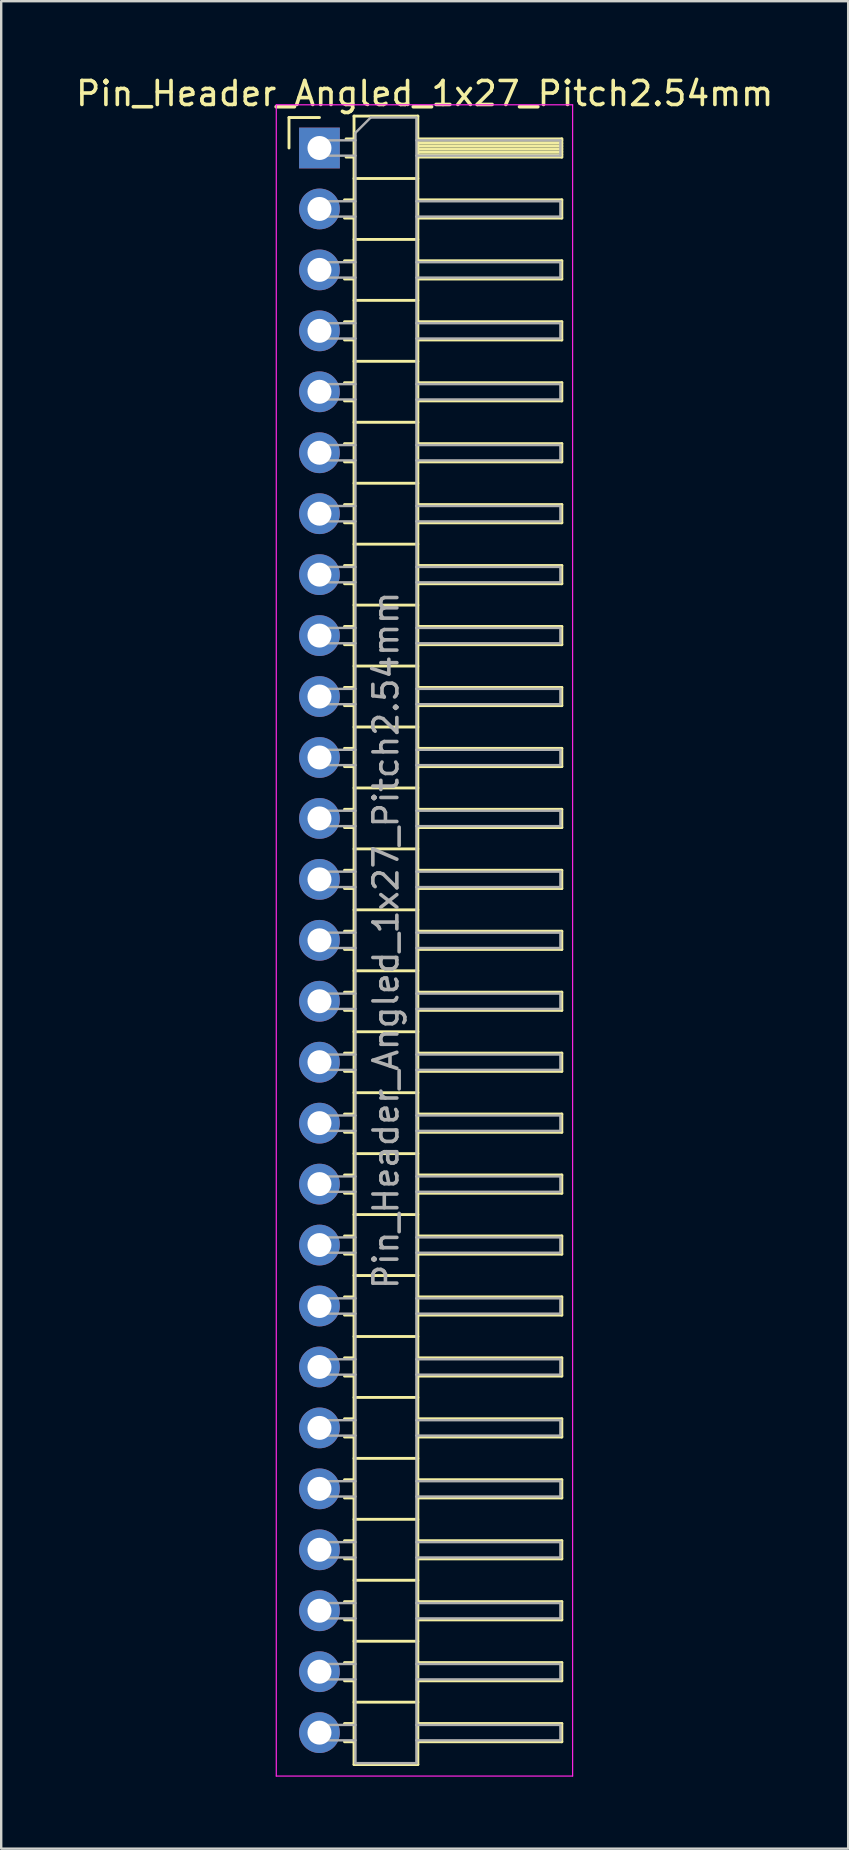
<source format=kicad_pcb>
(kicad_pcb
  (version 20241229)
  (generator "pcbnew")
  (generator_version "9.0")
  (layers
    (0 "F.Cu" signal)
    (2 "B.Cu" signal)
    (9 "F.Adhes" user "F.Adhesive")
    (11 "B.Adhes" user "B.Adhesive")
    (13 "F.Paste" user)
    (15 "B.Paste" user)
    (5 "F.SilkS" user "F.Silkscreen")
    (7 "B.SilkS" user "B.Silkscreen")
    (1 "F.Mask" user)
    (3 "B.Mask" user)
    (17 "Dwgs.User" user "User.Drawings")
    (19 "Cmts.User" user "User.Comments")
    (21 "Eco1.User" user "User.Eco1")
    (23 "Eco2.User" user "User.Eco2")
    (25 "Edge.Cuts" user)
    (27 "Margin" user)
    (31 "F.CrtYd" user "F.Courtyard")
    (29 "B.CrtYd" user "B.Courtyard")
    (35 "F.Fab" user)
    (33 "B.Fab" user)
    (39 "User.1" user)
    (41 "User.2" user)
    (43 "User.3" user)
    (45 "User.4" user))
  (footprint "Pin_Header_Angled_1x27_Pitch2.54mm"
    (layer "F.Cu")
    (at 10.264 3.118)
    (property "Reference" "Pin_Header_Angled_1x27_Pitch2.54mm" (at 4.385 -2.27 0) (layer "F.SilkS") (effects (font (size 1 1) (thickness 0.15))))
    (attr through_hole)
    (fp_line (start -1.27 -1.27) (end 0 -1.27) (stroke (width 0.12) (type solid)) (layer "F.SilkS"))
    (fp_line (start -1.27 0) (end -1.27 -1.27) (stroke (width 0.12) (type solid)) (layer "F.SilkS"))
    (fp_line (start 1.043 2.16) (end 1.44 2.16) (stroke (width 0.12) (type solid)) (layer "F.SilkS"))
    (fp_line (start 1.043 2.92) (end 1.44 2.92) (stroke (width 0.12) (type solid)) (layer "F.SilkS"))
    (fp_line (start 1.043 4.7) (end 1.44 4.7) (stroke (width 0.12) (type solid)) (layer "F.SilkS"))
    (fp_line (start 1.043 5.46) (end 1.44 5.46) (stroke (width 0.12) (type solid)) (layer "F.SilkS"))
    (fp_line (start 1.043 7.24) (end 1.44 7.24) (stroke (width 0.12) (type solid)) (layer "F.SilkS"))
    (fp_line (start 1.043 8) (end 1.44 8) (stroke (width 0.12) (type solid)) (layer "F.SilkS"))
    (fp_line (start 1.043 9.78) (end 1.44 9.78) (stroke (width 0.12) (type solid)) (layer "F.SilkS"))
    (fp_line (start 1.043 10.54) (end 1.44 10.54) (stroke (width 0.12) (type solid)) (layer "F.SilkS"))
    (fp_line (start 1.043 12.32) (end 1.44 12.32) (stroke (width 0.12) (type solid)) (layer "F.SilkS"))
    (fp_line (start 1.043 13.08) (end 1.44 13.08) (stroke (width 0.12) (type solid)) (layer "F.SilkS"))
    (fp_line (start 1.043 14.86) (end 1.44 14.86) (stroke (width 0.12) (type solid)) (layer "F.SilkS"))
    (fp_line (start 1.043 15.62) (end 1.44 15.62) (stroke (width 0.12) (type solid)) (layer "F.SilkS"))
    (fp_line (start 1.043 17.4) (end 1.44 17.4) (stroke (width 0.12) (type solid)) (layer "F.SilkS"))
    (fp_line (start 1.043 18.16) (end 1.44 18.16) (stroke (width 0.12) (type solid)) (layer "F.SilkS"))
    (fp_line (start 1.043 19.94) (end 1.44 19.94) (stroke (width 0.12) (type solid)) (layer "F.SilkS"))
    (fp_line (start 1.043 20.7) (end 1.44 20.7) (stroke (width 0.12) (type solid)) (layer "F.SilkS"))
    (fp_line (start 1.043 22.48) (end 1.44 22.48) (stroke (width 0.12) (type solid)) (layer "F.SilkS"))
    (fp_line (start 1.043 23.24) (end 1.44 23.24) (stroke (width 0.12) (type solid)) (layer "F.SilkS"))
    (fp_line (start 1.043 25.02) (end 1.44 25.02) (stroke (width 0.12) (type solid)) (layer "F.SilkS"))
    (fp_line (start 1.043 25.78) (end 1.44 25.78) (stroke (width 0.12) (type solid)) (layer "F.SilkS"))
    (fp_line (start 1.043 27.56) (end 1.44 27.56) (stroke (width 0.12) (type solid)) (layer "F.SilkS"))
    (fp_line (start 1.043 28.32) (end 1.44 28.32) (stroke (width 0.12) (type solid)) (layer "F.SilkS"))
    (fp_line (start 1.043 30.1) (end 1.44 30.1) (stroke (width 0.12) (type solid)) (layer "F.SilkS"))
    (fp_line (start 1.043 30.86) (end 1.44 30.86) (stroke (width 0.12) (type solid)) (layer "F.SilkS"))
    (fp_line (start 1.043 32.64) (end 1.44 32.64) (stroke (width 0.12) (type solid)) (layer "F.SilkS"))
    (fp_line (start 1.043 33.4) (end 1.44 33.4) (stroke (width 0.12) (type solid)) (layer "F.SilkS"))
    (fp_line (start 1.043 35.18) (end 1.44 35.18) (stroke (width 0.12) (type solid)) (layer "F.SilkS"))
    (fp_line (start 1.043 35.94) (end 1.44 35.94) (stroke (width 0.12) (type solid)) (layer "F.SilkS"))
    (fp_line (start 1.043 37.72) (end 1.44 37.72) (stroke (width 0.12) (type solid)) (layer "F.SilkS"))
    (fp_line (start 1.043 38.48) (end 1.44 38.48) (stroke (width 0.12) (type solid)) (layer "F.SilkS"))
    (fp_line (start 1.043 40.26) (end 1.44 40.26) (stroke (width 0.12) (type solid)) (layer "F.SilkS"))
    (fp_line (start 1.043 41.02) (end 1.44 41.02) (stroke (width 0.12) (type solid)) (layer "F.SilkS"))
    (fp_line (start 1.043 42.8) (end 1.44 42.8) (stroke (width 0.12) (type solid)) (layer "F.SilkS"))
    (fp_line (start 1.043 43.56) (end 1.44 43.56) (stroke (width 0.12) (type solid)) (layer "F.SilkS"))
    (fp_line (start 1.043 45.34) (end 1.44 45.34) (stroke (width 0.12) (type solid)) (layer "F.SilkS"))
    (fp_line (start 1.043 46.1) (end 1.44 46.1) (stroke (width 0.12) (type solid)) (layer "F.SilkS"))
    (fp_line (start 1.043 47.88) (end 1.44 47.88) (stroke (width 0.12) (type solid)) (layer "F.SilkS"))
    (fp_line (start 1.043 48.64) (end 1.44 48.64) (stroke (width 0.12) (type solid)) (layer "F.SilkS"))
    (fp_line (start 1.043 50.42) (end 1.44 50.42) (stroke (width 0.12) (type solid)) (layer "F.SilkS"))
    (fp_line (start 1.043 51.18) (end 1.44 51.18) (stroke (width 0.12) (type solid)) (layer "F.SilkS"))
    (fp_line (start 1.043 52.96) (end 1.44 52.96) (stroke (width 0.12) (type solid)) (layer "F.SilkS"))
    (fp_line (start 1.043 53.72) (end 1.44 53.72) (stroke (width 0.12) (type solid)) (layer "F.SilkS"))
    (fp_line (start 1.043 55.5) (end 1.44 55.5) (stroke (width 0.12) (type solid)) (layer "F.SilkS"))
    (fp_line (start 1.043 56.26) (end 1.44 56.26) (stroke (width 0.12) (type solid)) (layer "F.SilkS"))
    (fp_line (start 1.043 58.04) (end 1.44 58.04) (stroke (width 0.12) (type solid)) (layer "F.SilkS"))
    (fp_line (start 1.043 58.8) (end 1.44 58.8) (stroke (width 0.12) (type solid)) (layer "F.SilkS"))
    (fp_line (start 1.043 60.58) (end 1.44 60.58) (stroke (width 0.12) (type solid)) (layer "F.SilkS"))
    (fp_line (start 1.043 61.34) (end 1.44 61.34) (stroke (width 0.12) (type solid)) (layer "F.SilkS"))
    (fp_line (start 1.043 63.12) (end 1.44 63.12) (stroke (width 0.12) (type solid)) (layer "F.SilkS"))
    (fp_line (start 1.043 63.88) (end 1.44 63.88) (stroke (width 0.12) (type solid)) (layer "F.SilkS"))
    (fp_line (start 1.043 65.66) (end 1.44 65.66) (stroke (width 0.12) (type solid)) (layer "F.SilkS"))
    (fp_line (start 1.043 66.42) (end 1.44 66.42) (stroke (width 0.12) (type solid)) (layer "F.SilkS"))
    (fp_line (start 1.11 -0.38) (end 1.44 -0.38) (stroke (width 0.12) (type solid)) (layer "F.SilkS"))
    (fp_line (start 1.11 0.38) (end 1.44 0.38) (stroke (width 0.12) (type solid)) (layer "F.SilkS"))
    (fp_line (start 1.44 -1.33) (end 1.44 67.37) (stroke (width 0.12) (type solid)) (layer "F.SilkS"))
    (fp_line (start 1.44 1.27) (end 4.1 1.27) (stroke (width 0.12) (type solid)) (layer "F.SilkS"))
    (fp_line (start 1.44 3.81) (end 4.1 3.81) (stroke (width 0.12) (type solid)) (layer "F.SilkS"))
    (fp_line (start 1.44 6.35) (end 4.1 6.35) (stroke (width 0.12) (type solid)) (layer "F.SilkS"))
    (fp_line (start 1.44 8.89) (end 4.1 8.89) (stroke (width 0.12) (type solid)) (layer "F.SilkS"))
    (fp_line (start 1.44 11.43) (end 4.1 11.43) (stroke (width 0.12) (type solid)) (layer "F.SilkS"))
    (fp_line (start 1.44 13.97) (end 4.1 13.97) (stroke (width 0.12) (type solid)) (layer "F.SilkS"))
    (fp_line (start 1.44 16.51) (end 4.1 16.51) (stroke (width 0.12) (type solid)) (layer "F.SilkS"))
    (fp_line (start 1.44 19.05) (end 4.1 19.05) (stroke (width 0.12) (type solid)) (layer "F.SilkS"))
    (fp_line (start 1.44 21.59) (end 4.1 21.59) (stroke (width 0.12) (type solid)) (layer "F.SilkS"))
    (fp_line (start 1.44 24.13) (end 4.1 24.13) (stroke (width 0.12) (type solid)) (layer "F.SilkS"))
    (fp_line (start 1.44 26.67) (end 4.1 26.67) (stroke (width 0.12) (type solid)) (layer "F.SilkS"))
    (fp_line (start 1.44 29.21) (end 4.1 29.21) (stroke (width 0.12) (type solid)) (layer "F.SilkS"))
    (fp_line (start 1.44 31.75) (end 4.1 31.75) (stroke (width 0.12) (type solid)) (layer "F.SilkS"))
    (fp_line (start 1.44 34.29) (end 4.1 34.29) (stroke (width 0.12) (type solid)) (layer "F.SilkS"))
    (fp_line (start 1.44 36.83) (end 4.1 36.83) (stroke (width 0.12) (type solid)) (layer "F.SilkS"))
    (fp_line (start 1.44 39.37) (end 4.1 39.37) (stroke (width 0.12) (type solid)) (layer "F.SilkS"))
    (fp_line (start 1.44 41.91) (end 4.1 41.91) (stroke (width 0.12) (type solid)) (layer "F.SilkS"))
    (fp_line (start 1.44 44.45) (end 4.1 44.45) (stroke (width 0.12) (type solid)) (layer "F.SilkS"))
    (fp_line (start 1.44 46.99) (end 4.1 46.99) (stroke (width 0.12) (type solid)) (layer "F.SilkS"))
    (fp_line (start 1.44 49.53) (end 4.1 49.53) (stroke (width 0.12) (type solid)) (layer "F.SilkS"))
    (fp_line (start 1.44 52.07) (end 4.1 52.07) (stroke (width 0.12) (type solid)) (layer "F.SilkS"))
    (fp_line (start 1.44 54.61) (end 4.1 54.61) (stroke (width 0.12) (type solid)) (layer "F.SilkS"))
    (fp_line (start 1.44 57.15) (end 4.1 57.15) (stroke (width 0.12) (type solid)) (layer "F.SilkS"))
    (fp_line (start 1.44 59.69) (end 4.1 59.69) (stroke (width 0.12) (type solid)) (layer "F.SilkS"))
    (fp_line (start 1.44 62.23) (end 4.1 62.23) (stroke (width 0.12) (type solid)) (layer "F.SilkS"))
    (fp_line (start 1.44 64.77) (end 4.1 64.77) (stroke (width 0.12) (type solid)) (layer "F.SilkS"))
    (fp_line (start 1.44 67.37) (end 4.1 67.37) (stroke (width 0.12) (type solid)) (layer "F.SilkS"))
    (fp_line (start 4.1 -1.33) (end 1.44 -1.33) (stroke (width 0.12) (type solid)) (layer "F.SilkS"))
    (fp_line (start 4.1 -0.38) (end 10.1 -0.38) (stroke (width 0.12) (type solid)) (layer "F.SilkS"))
    (fp_line (start 4.1 -0.32) (end 10.1 -0.32) (stroke (width 0.12) (type solid)) (layer "F.SilkS"))
    (fp_line (start 4.1 -0.2) (end 10.1 -0.2) (stroke (width 0.12) (type solid)) (layer "F.SilkS"))
    (fp_line (start 4.1 -0.08) (end 10.1 -0.08) (stroke (width 0.12) (type solid)) (layer "F.SilkS"))
    (fp_line (start 4.1 0.04) (end 10.1 0.04) (stroke (width 0.12) (type solid)) (layer "F.SilkS"))
    (fp_line (start 4.1 0.16) (end 10.1 0.16) (stroke (width 0.12) (type solid)) (layer "F.SilkS"))
    (fp_line (start 4.1 0.28) (end 10.1 0.28) (stroke (width 0.12) (type solid)) (layer "F.SilkS"))
    (fp_line (start 4.1 2.16) (end 10.1 2.16) (stroke (width 0.12) (type solid)) (layer "F.SilkS"))
    (fp_line (start 4.1 4.7) (end 10.1 4.7) (stroke (width 0.12) (type solid)) (layer "F.SilkS"))
    (fp_line (start 4.1 7.24) (end 10.1 7.24) (stroke (width 0.12) (type solid)) (layer "F.SilkS"))
    (fp_line (start 4.1 9.78) (end 10.1 9.78) (stroke (width 0.12) (type solid)) (layer "F.SilkS"))
    (fp_line (start 4.1 12.32) (end 10.1 12.32) (stroke (width 0.12) (type solid)) (layer "F.SilkS"))
    (fp_line (start 4.1 14.86) (end 10.1 14.86) (stroke (width 0.12) (type solid)) (layer "F.SilkS"))
    (fp_line (start 4.1 17.4) (end 10.1 17.4) (stroke (width 0.12) (type solid)) (layer "F.SilkS"))
    (fp_line (start 4.1 19.94) (end 10.1 19.94) (stroke (width 0.12) (type solid)) (layer "F.SilkS"))
    (fp_line (start 4.1 22.48) (end 10.1 22.48) (stroke (width 0.12) (type solid)) (layer "F.SilkS"))
    (fp_line (start 4.1 25.02) (end 10.1 25.02) (stroke (width 0.12) (type solid)) (layer "F.SilkS"))
    (fp_line (start 4.1 27.56) (end 10.1 27.56) (stroke (width 0.12) (type solid)) (layer "F.SilkS"))
    (fp_line (start 4.1 30.1) (end 10.1 30.1) (stroke (width 0.12) (type solid)) (layer "F.SilkS"))
    (fp_line (start 4.1 32.64) (end 10.1 32.64) (stroke (width 0.12) (type solid)) (layer "F.SilkS"))
    (fp_line (start 4.1 35.18) (end 10.1 35.18) (stroke (width 0.12) (type solid)) (layer "F.SilkS"))
    (fp_line (start 4.1 37.72) (end 10.1 37.72) (stroke (width 0.12) (type solid)) (layer "F.SilkS"))
    (fp_line (start 4.1 40.26) (end 10.1 40.26) (stroke (width 0.12) (type solid)) (layer "F.SilkS"))
    (fp_line (start 4.1 42.8) (end 10.1 42.8) (stroke (width 0.12) (type solid)) (layer "F.SilkS"))
    (fp_line (start 4.1 45.34) (end 10.1 45.34) (stroke (width 0.12) (type solid)) (layer "F.SilkS"))
    (fp_line (start 4.1 47.88) (end 10.1 47.88) (stroke (width 0.12) (type solid)) (layer "F.SilkS"))
    (fp_line (start 4.1 50.42) (end 10.1 50.42) (stroke (width 0.12) (type solid)) (layer "F.SilkS"))
    (fp_line (start 4.1 52.96) (end 10.1 52.96) (stroke (width 0.12) (type solid)) (layer "F.SilkS"))
    (fp_line (start 4.1 55.5) (end 10.1 55.5) (stroke (width 0.12) (type solid)) (layer "F.SilkS"))
    (fp_line (start 4.1 58.04) (end 10.1 58.04) (stroke (width 0.12) (type solid)) (layer "F.SilkS"))
    (fp_line (start 4.1 60.58) (end 10.1 60.58) (stroke (width 0.12) (type solid)) (layer "F.SilkS"))
    (fp_line (start 4.1 63.12) (end 10.1 63.12) (stroke (width 0.12) (type solid)) (layer "F.SilkS"))
    (fp_line (start 4.1 65.66) (end 10.1 65.66) (stroke (width 0.12) (type solid)) (layer "F.SilkS"))
    (fp_line (start 4.1 67.37) (end 4.1 -1.33) (stroke (width 0.12) (type solid)) (layer "F.SilkS"))
    (fp_line (start 10.1 -0.38) (end 10.1 0.38) (stroke (width 0.12) (type solid)) (layer "F.SilkS"))
    (fp_line (start 10.1 0.38) (end 4.1 0.38) (stroke (width 0.12) (type solid)) (layer "F.SilkS"))
    (fp_line (start 10.1 2.16) (end 10.1 2.92) (stroke (width 0.12) (type solid)) (layer "F.SilkS"))
    (fp_line (start 10.1 2.92) (end 4.1 2.92) (stroke (width 0.12) (type solid)) (layer "F.SilkS"))
    (fp_line (start 10.1 4.7) (end 10.1 5.46) (stroke (width 0.12) (type solid)) (layer "F.SilkS"))
    (fp_line (start 10.1 5.46) (end 4.1 5.46) (stroke (width 0.12) (type solid)) (layer "F.SilkS"))
    (fp_line (start 10.1 7.24) (end 10.1 8) (stroke (width 0.12) (type solid)) (layer "F.SilkS"))
    (fp_line (start 10.1 8) (end 4.1 8) (stroke (width 0.12) (type solid)) (layer "F.SilkS"))
    (fp_line (start 10.1 9.78) (end 10.1 10.54) (stroke (width 0.12) (type solid)) (layer "F.SilkS"))
    (fp_line (start 10.1 10.54) (end 4.1 10.54) (stroke (width 0.12) (type solid)) (layer "F.SilkS"))
    (fp_line (start 10.1 12.32) (end 10.1 13.08) (stroke (width 0.12) (type solid)) (layer "F.SilkS"))
    (fp_line (start 10.1 13.08) (end 4.1 13.08) (stroke (width 0.12) (type solid)) (layer "F.SilkS"))
    (fp_line (start 10.1 14.86) (end 10.1 15.62) (stroke (width 0.12) (type solid)) (layer "F.SilkS"))
    (fp_line (start 10.1 15.62) (end 4.1 15.62) (stroke (width 0.12) (type solid)) (layer "F.SilkS"))
    (fp_line (start 10.1 17.4) (end 10.1 18.16) (stroke (width 0.12) (type solid)) (layer "F.SilkS"))
    (fp_line (start 10.1 18.16) (end 4.1 18.16) (stroke (width 0.12) (type solid)) (layer "F.SilkS"))
    (fp_line (start 10.1 19.94) (end 10.1 20.7) (stroke (width 0.12) (type solid)) (layer "F.SilkS"))
    (fp_line (start 10.1 20.7) (end 4.1 20.7) (stroke (width 0.12) (type solid)) (layer "F.SilkS"))
    (fp_line (start 10.1 22.48) (end 10.1 23.24) (stroke (width 0.12) (type solid)) (layer "F.SilkS"))
    (fp_line (start 10.1 23.24) (end 4.1 23.24) (stroke (width 0.12) (type solid)) (layer "F.SilkS"))
    (fp_line (start 10.1 25.02) (end 10.1 25.78) (stroke (width 0.12) (type solid)) (layer "F.SilkS"))
    (fp_line (start 10.1 25.78) (end 4.1 25.78) (stroke (width 0.12) (type solid)) (layer "F.SilkS"))
    (fp_line (start 10.1 27.56) (end 10.1 28.32) (stroke (width 0.12) (type solid)) (layer "F.SilkS"))
    (fp_line (start 10.1 28.32) (end 4.1 28.32) (stroke (width 0.12) (type solid)) (layer "F.SilkS"))
    (fp_line (start 10.1 30.1) (end 10.1 30.86) (stroke (width 0.12) (type solid)) (layer "F.SilkS"))
    (fp_line (start 10.1 30.86) (end 4.1 30.86) (stroke (width 0.12) (type solid)) (layer "F.SilkS"))
    (fp_line (start 10.1 32.64) (end 10.1 33.4) (stroke (width 0.12) (type solid)) (layer "F.SilkS"))
    (fp_line (start 10.1 33.4) (end 4.1 33.4) (stroke (width 0.12) (type solid)) (layer "F.SilkS"))
    (fp_line (start 10.1 35.18) (end 10.1 35.94) (stroke (width 0.12) (type solid)) (layer "F.SilkS"))
    (fp_line (start 10.1 35.94) (end 4.1 35.94) (stroke (width 0.12) (type solid)) (layer "F.SilkS"))
    (fp_line (start 10.1 37.72) (end 10.1 38.48) (stroke (width 0.12) (type solid)) (layer "F.SilkS"))
    (fp_line (start 10.1 38.48) (end 4.1 38.48) (stroke (width 0.12) (type solid)) (layer "F.SilkS"))
    (fp_line (start 10.1 40.26) (end 10.1 41.02) (stroke (width 0.12) (type solid)) (layer "F.SilkS"))
    (fp_line (start 10.1 41.02) (end 4.1 41.02) (stroke (width 0.12) (type solid)) (layer "F.SilkS"))
    (fp_line (start 10.1 42.8) (end 10.1 43.56) (stroke (width 0.12) (type solid)) (layer "F.SilkS"))
    (fp_line (start 10.1 43.56) (end 4.1 43.56) (stroke (width 0.12) (type solid)) (layer "F.SilkS"))
    (fp_line (start 10.1 45.34) (end 10.1 46.1) (stroke (width 0.12) (type solid)) (layer "F.SilkS"))
    (fp_line (start 10.1 46.1) (end 4.1 46.1) (stroke (width 0.12) (type solid)) (layer "F.SilkS"))
    (fp_line (start 10.1 47.88) (end 10.1 48.64) (stroke (width 0.12) (type solid)) (layer "F.SilkS"))
    (fp_line (start 10.1 48.64) (end 4.1 48.64) (stroke (width 0.12) (type solid)) (layer "F.SilkS"))
    (fp_line (start 10.1 50.42) (end 10.1 51.18) (stroke (width 0.12) (type solid)) (layer "F.SilkS"))
    (fp_line (start 10.1 51.18) (end 4.1 51.18) (stroke (width 0.12) (type solid)) (layer "F.SilkS"))
    (fp_line (start 10.1 52.96) (end 10.1 53.72) (stroke (width 0.12) (type solid)) (layer "F.SilkS"))
    (fp_line (start 10.1 53.72) (end 4.1 53.72) (stroke (width 0.12) (type solid)) (layer "F.SilkS"))
    (fp_line (start 10.1 55.5) (end 10.1 56.26) (stroke (width 0.12) (type solid)) (layer "F.SilkS"))
    (fp_line (start 10.1 56.26) (end 4.1 56.26) (stroke (width 0.12) (type solid)) (layer "F.SilkS"))
    (fp_line (start 10.1 58.04) (end 10.1 58.8) (stroke (width 0.12) (type solid)) (layer "F.SilkS"))
    (fp_line (start 10.1 58.8) (end 4.1 58.8) (stroke (width 0.12) (type solid)) (layer "F.SilkS"))
    (fp_line (start 10.1 60.58) (end 10.1 61.34) (stroke (width 0.12) (type solid)) (layer "F.SilkS"))
    (fp_line (start 10.1 61.34) (end 4.1 61.34) (stroke (width 0.12) (type solid)) (layer "F.SilkS"))
    (fp_line (start 10.1 63.12) (end 10.1 63.88) (stroke (width 0.12) (type solid)) (layer "F.SilkS"))
    (fp_line (start 10.1 63.88) (end 4.1 63.88) (stroke (width 0.12) (type solid)) (layer "F.SilkS"))
    (fp_line (start 10.1 65.66) (end 10.1 66.42) (stroke (width 0.12) (type solid)) (layer "F.SilkS"))
    (fp_line (start 10.1 66.42) (end 4.1 66.42) (stroke (width 0.12) (type solid)) (layer "F.SilkS"))
    (fp_line (start -1.8 -1.8) (end -1.8 67.85) (stroke (width 0.05) (type solid)) (layer "F.CrtYd"))
    (fp_line (start -1.8 67.85) (end 10.55 67.85) (stroke (width 0.05) (type solid)) (layer "F.CrtYd"))
    (fp_line (start 10.55 -1.8) (end -1.8 -1.8) (stroke (width 0.05) (type solid)) (layer "F.CrtYd"))
    (fp_line (start 10.55 67.85) (end 10.55 -1.8) (stroke (width 0.05) (type solid)) (layer "F.CrtYd"))
    (fp_line (start -0.32 -0.32) (end -0.32 0.32) (stroke (width 0.1) (type solid)) (layer "F.Fab"))
    (fp_line (start -0.32 -0.32) (end 1.5 -0.32) (stroke (width 0.1) (type solid)) (layer "F.Fab"))
    (fp_line (start -0.32 0.32) (end 1.5 0.32) (stroke (width 0.1) (type solid)) (layer "F.Fab"))
    (fp_line (start -0.32 2.22) (end -0.32 2.86) (stroke (width 0.1) (type solid)) (layer "F.Fab"))
    (fp_line (start -0.32 2.22) (end 1.5 2.22) (stroke (width 0.1) (type solid)) (layer "F.Fab"))
    (fp_line (start -0.32 2.86) (end 1.5 2.86) (stroke (width 0.1) (type solid)) (layer "F.Fab"))
    (fp_line (start -0.32 4.76) (end -0.32 5.4) (stroke (width 0.1) (type solid)) (layer "F.Fab"))
    (fp_line (start -0.32 4.76) (end 1.5 4.76) (stroke (width 0.1) (type solid)) (layer "F.Fab"))
    (fp_line (start -0.32 5.4) (end 1.5 5.4) (stroke (width 0.1) (type solid)) (layer "F.Fab"))
    (fp_line (start -0.32 7.3) (end -0.32 7.94) (stroke (width 0.1) (type solid)) (layer "F.Fab"))
    (fp_line (start -0.32 7.3) (end 1.5 7.3) (stroke (width 0.1) (type solid)) (layer "F.Fab"))
    (fp_line (start -0.32 7.94) (end 1.5 7.94) (stroke (width 0.1) (type solid)) (layer "F.Fab"))
    (fp_line (start -0.32 9.84) (end -0.32 10.48) (stroke (width 0.1) (type solid)) (layer "F.Fab"))
    (fp_line (start -0.32 9.84) (end 1.5 9.84) (stroke (width 0.1) (type solid)) (layer "F.Fab"))
    (fp_line (start -0.32 10.48) (end 1.5 10.48) (stroke (width 0.1) (type solid)) (layer "F.Fab"))
    (fp_line (start -0.32 12.38) (end -0.32 13.02) (stroke (width 0.1) (type solid)) (layer "F.Fab"))
    (fp_line (start -0.32 12.38) (end 1.5 12.38) (stroke (width 0.1) (type solid)) (layer "F.Fab"))
    (fp_line (start -0.32 13.02) (end 1.5 13.02) (stroke (width 0.1) (type solid)) (layer "F.Fab"))
    (fp_line (start -0.32 14.92) (end -0.32 15.56) (stroke (width 0.1) (type solid)) (layer "F.Fab"))
    (fp_line (start -0.32 14.92) (end 1.5 14.92) (stroke (width 0.1) (type solid)) (layer "F.Fab"))
    (fp_line (start -0.32 15.56) (end 1.5 15.56) (stroke (width 0.1) (type solid)) (layer "F.Fab"))
    (fp_line (start -0.32 17.46) (end -0.32 18.1) (stroke (width 0.1) (type solid)) (layer "F.Fab"))
    (fp_line (start -0.32 17.46) (end 1.5 17.46) (stroke (width 0.1) (type solid)) (layer "F.Fab"))
    (fp_line (start -0.32 18.1) (end 1.5 18.1) (stroke (width 0.1) (type solid)) (layer "F.Fab"))
    (fp_line (start -0.32 20) (end -0.32 20.64) (stroke (width 0.1) (type solid)) (layer "F.Fab"))
    (fp_line (start -0.32 20) (end 1.5 20) (stroke (width 0.1) (type solid)) (layer "F.Fab"))
    (fp_line (start -0.32 20.64) (end 1.5 20.64) (stroke (width 0.1) (type solid)) (layer "F.Fab"))
    (fp_line (start -0.32 22.54) (end -0.32 23.18) (stroke (width 0.1) (type solid)) (layer "F.Fab"))
    (fp_line (start -0.32 22.54) (end 1.5 22.54) (stroke (width 0.1) (type solid)) (layer "F.Fab"))
    (fp_line (start -0.32 23.18) (end 1.5 23.18) (stroke (width 0.1) (type solid)) (layer "F.Fab"))
    (fp_line (start -0.32 25.08) (end -0.32 25.72) (stroke (width 0.1) (type solid)) (layer "F.Fab"))
    (fp_line (start -0.32 25.08) (end 1.5 25.08) (stroke (width 0.1) (type solid)) (layer "F.Fab"))
    (fp_line (start -0.32 25.72) (end 1.5 25.72) (stroke (width 0.1) (type solid)) (layer "F.Fab"))
    (fp_line (start -0.32 27.62) (end -0.32 28.26) (stroke (width 0.1) (type solid)) (layer "F.Fab"))
    (fp_line (start -0.32 27.62) (end 1.5 27.62) (stroke (width 0.1) (type solid)) (layer "F.Fab"))
    (fp_line (start -0.32 28.26) (end 1.5 28.26) (stroke (width 0.1) (type solid)) (layer "F.Fab"))
    (fp_line (start -0.32 30.16) (end -0.32 30.8) (stroke (width 0.1) (type solid)) (layer "F.Fab"))
    (fp_line (start -0.32 30.16) (end 1.5 30.16) (stroke (width 0.1) (type solid)) (layer "F.Fab"))
    (fp_line (start -0.32 30.8) (end 1.5 30.8) (stroke (width 0.1) (type solid)) (layer "F.Fab"))
    (fp_line (start -0.32 32.7) (end -0.32 33.34) (stroke (width 0.1) (type solid)) (layer "F.Fab"))
    (fp_line (start -0.32 32.7) (end 1.5 32.7) (stroke (width 0.1) (type solid)) (layer "F.Fab"))
    (fp_line (start -0.32 33.34) (end 1.5 33.34) (stroke (width 0.1) (type solid)) (layer "F.Fab"))
    (fp_line (start -0.32 35.24) (end -0.32 35.88) (stroke (width 0.1) (type solid)) (layer "F.Fab"))
    (fp_line (start -0.32 35.24) (end 1.5 35.24) (stroke (width 0.1) (type solid)) (layer "F.Fab"))
    (fp_line (start -0.32 35.88) (end 1.5 35.88) (stroke (width 0.1) (type solid)) (layer "F.Fab"))
    (fp_line (start -0.32 37.78) (end -0.32 38.42) (stroke (width 0.1) (type solid)) (layer "F.Fab"))
    (fp_line (start -0.32 37.78) (end 1.5 37.78) (stroke (width 0.1) (type solid)) (layer "F.Fab"))
    (fp_line (start -0.32 38.42) (end 1.5 38.42) (stroke (width 0.1) (type solid)) (layer "F.Fab"))
    (fp_line (start -0.32 40.32) (end -0.32 40.96) (stroke (width 0.1) (type solid)) (layer "F.Fab"))
    (fp_line (start -0.32 40.32) (end 1.5 40.32) (stroke (width 0.1) (type solid)) (layer "F.Fab"))
    (fp_line (start -0.32 40.96) (end 1.5 40.96) (stroke (width 0.1) (type solid)) (layer "F.Fab"))
    (fp_line (start -0.32 42.86) (end -0.32 43.5) (stroke (width 0.1) (type solid)) (layer "F.Fab"))
    (fp_line (start -0.32 42.86) (end 1.5 42.86) (stroke (width 0.1) (type solid)) (layer "F.Fab"))
    (fp_line (start -0.32 43.5) (end 1.5 43.5) (stroke (width 0.1) (type solid)) (layer "F.Fab"))
    (fp_line (start -0.32 45.4) (end -0.32 46.04) (stroke (width 0.1) (type solid)) (layer "F.Fab"))
    (fp_line (start -0.32 45.4) (end 1.5 45.4) (stroke (width 0.1) (type solid)) (layer "F.Fab"))
    (fp_line (start -0.32 46.04) (end 1.5 46.04) (stroke (width 0.1) (type solid)) (layer "F.Fab"))
    (fp_line (start -0.32 47.94) (end -0.32 48.58) (stroke (width 0.1) (type solid)) (layer "F.Fab"))
    (fp_line (start -0.32 47.94) (end 1.5 47.94) (stroke (width 0.1) (type solid)) (layer "F.Fab"))
    (fp_line (start -0.32 48.58) (end 1.5 48.58) (stroke (width 0.1) (type solid)) (layer "F.Fab"))
    (fp_line (start -0.32 50.48) (end -0.32 51.12) (stroke (width 0.1) (type solid)) (layer "F.Fab"))
    (fp_line (start -0.32 50.48) (end 1.5 50.48) (stroke (width 0.1) (type solid)) (layer "F.Fab"))
    (fp_line (start -0.32 51.12) (end 1.5 51.12) (stroke (width 0.1) (type solid)) (layer "F.Fab"))
    (fp_line (start -0.32 53.02) (end -0.32 53.66) (stroke (width 0.1) (type solid)) (layer "F.Fab"))
    (fp_line (start -0.32 53.02) (end 1.5 53.02) (stroke (width 0.1) (type solid)) (layer "F.Fab"))
    (fp_line (start -0.32 53.66) (end 1.5 53.66) (stroke (width 0.1) (type solid)) (layer "F.Fab"))
    (fp_line (start -0.32 55.56) (end -0.32 56.2) (stroke (width 0.1) (type solid)) (layer "F.Fab"))
    (fp_line (start -0.32 55.56) (end 1.5 55.56) (stroke (width 0.1) (type solid)) (layer "F.Fab"))
    (fp_line (start -0.32 56.2) (end 1.5 56.2) (stroke (width 0.1) (type solid)) (layer "F.Fab"))
    (fp_line (start -0.32 58.1) (end -0.32 58.74) (stroke (width 0.1) (type solid)) (layer "F.Fab"))
    (fp_line (start -0.32 58.1) (end 1.5 58.1) (stroke (width 0.1) (type solid)) (layer "F.Fab"))
    (fp_line (start -0.32 58.74) (end 1.5 58.74) (stroke (width 0.1) (type solid)) (layer "F.Fab"))
    (fp_line (start -0.32 60.64) (end -0.32 61.28) (stroke (width 0.1) (type solid)) (layer "F.Fab"))
    (fp_line (start -0.32 60.64) (end 1.5 60.64) (stroke (width 0.1) (type solid)) (layer "F.Fab"))
    (fp_line (start -0.32 61.28) (end 1.5 61.28) (stroke (width 0.1) (type solid)) (layer "F.Fab"))
    (fp_line (start -0.32 63.18) (end -0.32 63.82) (stroke (width 0.1) (type solid)) (layer "F.Fab"))
    (fp_line (start -0.32 63.18) (end 1.5 63.18) (stroke (width 0.1) (type solid)) (layer "F.Fab"))
    (fp_line (start -0.32 63.82) (end 1.5 63.82) (stroke (width 0.1) (type solid)) (layer "F.Fab"))
    (fp_line (start -0.32 65.72) (end -0.32 66.36) (stroke (width 0.1) (type solid)) (layer "F.Fab"))
    (fp_line (start -0.32 65.72) (end 1.5 65.72) (stroke (width 0.1) (type solid)) (layer "F.Fab"))
    (fp_line (start -0.32 66.36) (end 1.5 66.36) (stroke (width 0.1) (type solid)) (layer "F.Fab"))
    (fp_line (start 1.5 -0.635) (end 2.135 -1.27) (stroke (width 0.1) (type solid)) (layer "F.Fab"))
    (fp_line (start 1.5 67.31) (end 1.5 -0.635) (stroke (width 0.1) (type solid)) (layer "F.Fab"))
    (fp_line (start 2.135 -1.27) (end 4.04 -1.27) (stroke (width 0.1) (type solid)) (layer "F.Fab"))
    (fp_line (start 4.04 -1.27) (end 4.04 67.31) (stroke (width 0.1) (type solid)) (layer "F.Fab"))
    (fp_line (start 4.04 -0.32) (end 10.04 -0.32) (stroke (width 0.1) (type solid)) (layer "F.Fab"))
    (fp_line (start 4.04 0.32) (end 10.04 0.32) (stroke (width 0.1) (type solid)) (layer "F.Fab"))
    (fp_line (start 4.04 2.22) (end 10.04 2.22) (stroke (width 0.1) (type solid)) (layer "F.Fab"))
    (fp_line (start 4.04 2.86) (end 10.04 2.86) (stroke (width 0.1) (type solid)) (layer "F.Fab"))
    (fp_line (start 4.04 4.76) (end 10.04 4.76) (stroke (width 0.1) (type solid)) (layer "F.Fab"))
    (fp_line (start 4.04 5.4) (end 10.04 5.4) (stroke (width 0.1) (type solid)) (layer "F.Fab"))
    (fp_line (start 4.04 7.3) (end 10.04 7.3) (stroke (width 0.1) (type solid)) (layer "F.Fab"))
    (fp_line (start 4.04 7.94) (end 10.04 7.94) (stroke (width 0.1) (type solid)) (layer "F.Fab"))
    (fp_line (start 4.04 9.84) (end 10.04 9.84) (stroke (width 0.1) (type solid)) (layer "F.Fab"))
    (fp_line (start 4.04 10.48) (end 10.04 10.48) (stroke (width 0.1) (type solid)) (layer "F.Fab"))
    (fp_line (start 4.04 12.38) (end 10.04 12.38) (stroke (width 0.1) (type solid)) (layer "F.Fab"))
    (fp_line (start 4.04 13.02) (end 10.04 13.02) (stroke (width 0.1) (type solid)) (layer "F.Fab"))
    (fp_line (start 4.04 14.92) (end 10.04 14.92) (stroke (width 0.1) (type solid)) (layer "F.Fab"))
    (fp_line (start 4.04 15.56) (end 10.04 15.56) (stroke (width 0.1) (type solid)) (layer "F.Fab"))
    (fp_line (start 4.04 17.46) (end 10.04 17.46) (stroke (width 0.1) (type solid)) (layer "F.Fab"))
    (fp_line (start 4.04 18.1) (end 10.04 18.1) (stroke (width 0.1) (type solid)) (layer "F.Fab"))
    (fp_line (start 4.04 20) (end 10.04 20) (stroke (width 0.1) (type solid)) (layer "F.Fab"))
    (fp_line (start 4.04 20.64) (end 10.04 20.64) (stroke (width 0.1) (type solid)) (layer "F.Fab"))
    (fp_line (start 4.04 22.54) (end 10.04 22.54) (stroke (width 0.1) (type solid)) (layer "F.Fab"))
    (fp_line (start 4.04 23.18) (end 10.04 23.18) (stroke (width 0.1) (type solid)) (layer "F.Fab"))
    (fp_line (start 4.04 25.08) (end 10.04 25.08) (stroke (width 0.1) (type solid)) (layer "F.Fab"))
    (fp_line (start 4.04 25.72) (end 10.04 25.72) (stroke (width 0.1) (type solid)) (layer "F.Fab"))
    (fp_line (start 4.04 27.62) (end 10.04 27.62) (stroke (width 0.1) (type solid)) (layer "F.Fab"))
    (fp_line (start 4.04 28.26) (end 10.04 28.26) (stroke (width 0.1) (type solid)) (layer "F.Fab"))
    (fp_line (start 4.04 30.16) (end 10.04 30.16) (stroke (width 0.1) (type solid)) (layer "F.Fab"))
    (fp_line (start 4.04 30.8) (end 10.04 30.8) (stroke (width 0.1) (type solid)) (layer "F.Fab"))
    (fp_line (start 4.04 32.7) (end 10.04 32.7) (stroke (width 0.1) (type solid)) (layer "F.Fab"))
    (fp_line (start 4.04 33.34) (end 10.04 33.34) (stroke (width 0.1) (type solid)) (layer "F.Fab"))
    (fp_line (start 4.04 35.24) (end 10.04 35.24) (stroke (width 0.1) (type solid)) (layer "F.Fab"))
    (fp_line (start 4.04 35.88) (end 10.04 35.88) (stroke (width 0.1) (type solid)) (layer "F.Fab"))
    (fp_line (start 4.04 37.78) (end 10.04 37.78) (stroke (width 0.1) (type solid)) (layer "F.Fab"))
    (fp_line (start 4.04 38.42) (end 10.04 38.42) (stroke (width 0.1) (type solid)) (layer "F.Fab"))
    (fp_line (start 4.04 40.32) (end 10.04 40.32) (stroke (width 0.1) (type solid)) (layer "F.Fab"))
    (fp_line (start 4.04 40.96) (end 10.04 40.96) (stroke (width 0.1) (type solid)) (layer "F.Fab"))
    (fp_line (start 4.04 42.86) (end 10.04 42.86) (stroke (width 0.1) (type solid)) (layer "F.Fab"))
    (fp_line (start 4.04 43.5) (end 10.04 43.5) (stroke (width 0.1) (type solid)) (layer "F.Fab"))
    (fp_line (start 4.04 45.4) (end 10.04 45.4) (stroke (width 0.1) (type solid)) (layer "F.Fab"))
    (fp_line (start 4.04 46.04) (end 10.04 46.04) (stroke (width 0.1) (type solid)) (layer "F.Fab"))
    (fp_line (start 4.04 47.94) (end 10.04 47.94) (stroke (width 0.1) (type solid)) (layer "F.Fab"))
    (fp_line (start 4.04 48.58) (end 10.04 48.58) (stroke (width 0.1) (type solid)) (layer "F.Fab"))
    (fp_line (start 4.04 50.48) (end 10.04 50.48) (stroke (width 0.1) (type solid)) (layer "F.Fab"))
    (fp_line (start 4.04 51.12) (end 10.04 51.12) (stroke (width 0.1) (type solid)) (layer "F.Fab"))
    (fp_line (start 4.04 53.02) (end 10.04 53.02) (stroke (width 0.1) (type solid)) (layer "F.Fab"))
    (fp_line (start 4.04 53.66) (end 10.04 53.66) (stroke (width 0.1) (type solid)) (layer "F.Fab"))
    (fp_line (start 4.04 55.56) (end 10.04 55.56) (stroke (width 0.1) (type solid)) (layer "F.Fab"))
    (fp_line (start 4.04 56.2) (end 10.04 56.2) (stroke (width 0.1) (type solid)) (layer "F.Fab"))
    (fp_line (start 4.04 58.1) (end 10.04 58.1) (stroke (width 0.1) (type solid)) (layer "F.Fab"))
    (fp_line (start 4.04 58.74) (end 10.04 58.74) (stroke (width 0.1) (type solid)) (layer "F.Fab"))
    (fp_line (start 4.04 60.64) (end 10.04 60.64) (stroke (width 0.1) (type solid)) (layer "F.Fab"))
    (fp_line (start 4.04 61.28) (end 10.04 61.28) (stroke (width 0.1) (type solid)) (layer "F.Fab"))
    (fp_line (start 4.04 63.18) (end 10.04 63.18) (stroke (width 0.1) (type solid)) (layer "F.Fab"))
    (fp_line (start 4.04 63.82) (end 10.04 63.82) (stroke (width 0.1) (type solid)) (layer "F.Fab"))
    (fp_line (start 4.04 65.72) (end 10.04 65.72) (stroke (width 0.1) (type solid)) (layer "F.Fab"))
    (fp_line (start 4.04 66.36) (end 10.04 66.36) (stroke (width 0.1) (type solid)) (layer "F.Fab"))
    (fp_line (start 4.04 67.31) (end 1.5 67.31) (stroke (width 0.1) (type solid)) (layer "F.Fab"))
    (fp_line (start 10.04 -0.32) (end 10.04 0.32) (stroke (width 0.1) (type solid)) (layer "F.Fab"))
    (fp_line (start 10.04 2.22) (end 10.04 2.86) (stroke (width 0.1) (type solid)) (layer "F.Fab"))
    (fp_line (start 10.04 4.76) (end 10.04 5.4) (stroke (width 0.1) (type solid)) (layer "F.Fab"))
    (fp_line (start 10.04 7.3) (end 10.04 7.94) (stroke (width 0.1) (type solid)) (layer "F.Fab"))
    (fp_line (start 10.04 9.84) (end 10.04 10.48) (stroke (width 0.1) (type solid)) (layer "F.Fab"))
    (fp_line (start 10.04 12.38) (end 10.04 13.02) (stroke (width 0.1) (type solid)) (layer "F.Fab"))
    (fp_line (start 10.04 14.92) (end 10.04 15.56) (stroke (width 0.1) (type solid)) (layer "F.Fab"))
    (fp_line (start 10.04 17.46) (end 10.04 18.1) (stroke (width 0.1) (type solid)) (layer "F.Fab"))
    (fp_line (start 10.04 20) (end 10.04 20.64) (stroke (width 0.1) (type solid)) (layer "F.Fab"))
    (fp_line (start 10.04 22.54) (end 10.04 23.18) (stroke (width 0.1) (type solid)) (layer "F.Fab"))
    (fp_line (start 10.04 25.08) (end 10.04 25.72) (stroke (width 0.1) (type solid)) (layer "F.Fab"))
    (fp_line (start 10.04 27.62) (end 10.04 28.26) (stroke (width 0.1) (type solid)) (layer "F.Fab"))
    (fp_line (start 10.04 30.16) (end 10.04 30.8) (stroke (width 0.1) (type solid)) (layer "F.Fab"))
    (fp_line (start 10.04 32.7) (end 10.04 33.34) (stroke (width 0.1) (type solid)) (layer "F.Fab"))
    (fp_line (start 10.04 35.24) (end 10.04 35.88) (stroke (width 0.1) (type solid)) (layer "F.Fab"))
    (fp_line (start 10.04 37.78) (end 10.04 38.42) (stroke (width 0.1) (type solid)) (layer "F.Fab"))
    (fp_line (start 10.04 40.32) (end 10.04 40.96) (stroke (width 0.1) (type solid)) (layer "F.Fab"))
    (fp_line (start 10.04 42.86) (end 10.04 43.5) (stroke (width 0.1) (type solid)) (layer "F.Fab"))
    (fp_line (start 10.04 45.4) (end 10.04 46.04) (stroke (width 0.1) (type solid)) (layer "F.Fab"))
    (fp_line (start 10.04 47.94) (end 10.04 48.58) (stroke (width 0.1) (type solid)) (layer "F.Fab"))
    (fp_line (start 10.04 50.48) (end 10.04 51.12) (stroke (width 0.1) (type solid)) (layer "F.Fab"))
    (fp_line (start 10.04 53.02) (end 10.04 53.66) (stroke (width 0.1) (type solid)) (layer "F.Fab"))
    (fp_line (start 10.04 55.56) (end 10.04 56.2) (stroke (width 0.1) (type solid)) (layer "F.Fab"))
    (fp_line (start 10.04 58.1) (end 10.04 58.74) (stroke (width 0.1) (type solid)) (layer "F.Fab"))
    (fp_line (start 10.04 60.64) (end 10.04 61.28) (stroke (width 0.1) (type solid)) (layer "F.Fab"))
    (fp_line (start 10.04 63.18) (end 10.04 63.82) (stroke (width 0.1) (type solid)) (layer "F.Fab"))
    (fp_line (start 10.04 65.72) (end 10.04 66.36) (stroke (width 0.1) (type solid)) (layer "F.Fab"))
    (fp_text user "${REFERENCE}" (at 2.77 33.02 90) (layer "F.Fab") (effects (font (size 1 1) (thickness 0.15))))
    (pad "1" thru_hole rect (at 0 0) (size 1.7 1.7) (drill 1) (layers "*.Cu" "*.Mask"))
    (pad "2" thru_hole oval (at 0 2.54) (size 1.7 1.7) (drill 1) (layers "*.Cu" "*.Mask"))
    (pad "3" thru_hole oval (at 0 5.08) (size 1.7 1.7) (drill 1) (layers "*.Cu" "*.Mask"))
    (pad "4" thru_hole oval (at 0 7.62) (size 1.7 1.7) (drill 1) (layers "*.Cu" "*.Mask"))
    (pad "5" thru_hole oval (at 0 10.16) (size 1.7 1.7) (drill 1) (layers "*.Cu" "*.Mask"))
    (pad "6" thru_hole oval (at 0 12.7) (size 1.7 1.7) (drill 1) (layers "*.Cu" "*.Mask"))
    (pad "7" thru_hole oval (at 0 15.24) (size 1.7 1.7) (drill 1) (layers "*.Cu" "*.Mask"))
    (pad "8" thru_hole oval (at 0 17.78) (size 1.7 1.7) (drill 1) (layers "*.Cu" "*.Mask"))
    (pad "9" thru_hole oval (at 0 20.32) (size 1.7 1.7) (drill 1) (layers "*.Cu" "*.Mask"))
    (pad "10" thru_hole oval (at 0 22.86) (size 1.7 1.7) (drill 1) (layers "*.Cu" "*.Mask"))
    (pad "11" thru_hole oval (at 0 25.4) (size 1.7 1.7) (drill 1) (layers "*.Cu" "*.Mask"))
    (pad "12" thru_hole oval (at 0 27.94) (size 1.7 1.7) (drill 1) (layers "*.Cu" "*.Mask"))
    (pad "13" thru_hole oval (at 0 30.48) (size 1.7 1.7) (drill 1) (layers "*.Cu" "*.Mask"))
    (pad "14" thru_hole oval (at 0 33.02) (size 1.7 1.7) (drill 1) (layers "*.Cu" "*.Mask"))
    (pad "15" thru_hole oval (at 0 35.56) (size 1.7 1.7) (drill 1) (layers "*.Cu" "*.Mask"))
    (pad "16" thru_hole oval (at 0 38.1) (size 1.7 1.7) (drill 1) (layers "*.Cu" "*.Mask"))
    (pad "17" thru_hole oval (at 0 40.64) (size 1.7 1.7) (drill 1) (layers "*.Cu" "*.Mask"))
    (pad "18" thru_hole oval (at 0 43.18) (size 1.7 1.7) (drill 1) (layers "*.Cu" "*.Mask"))
    (pad "19" thru_hole oval (at 0 45.72) (size 1.7 1.7) (drill 1) (layers "*.Cu" "*.Mask"))
    (pad "20" thru_hole oval (at 0 48.26) (size 1.7 1.7) (drill 1) (layers "*.Cu" "*.Mask"))
    (pad "21" thru_hole oval (at 0 50.8) (size 1.7 1.7) (drill 1) (layers "*.Cu" "*.Mask"))
    (pad "22" thru_hole oval (at 0 53.34) (size 1.7 1.7) (drill 1) (layers "*.Cu" "*.Mask"))
    (pad "23" thru_hole oval (at 0 55.88) (size 1.7 1.7) (drill 1) (layers "*.Cu" "*.Mask"))
    (pad "24" thru_hole oval (at 0 58.42) (size 1.7 1.7) (drill 1) (layers "*.Cu" "*.Mask"))
    (pad "25" thru_hole oval (at 0 60.96) (size 1.7 1.7) (drill 1) (layers "*.Cu" "*.Mask"))
    (pad "26" thru_hole oval (at 0 63.5) (size 1.7 1.7) (drill 1) (layers "*.Cu" "*.Mask"))
    (pad "27" thru_hole oval (at 0 66.04) (size 1.7 1.7) (drill 1) (layers "*.Cu" "*.Mask")))
  (gr_rect
    (start -3 -3)
    (end 32.298 73.993)
    (stroke (width 0.1) (type default))
    (fill no)
    (layer "Edge.Cuts")))
</source>
